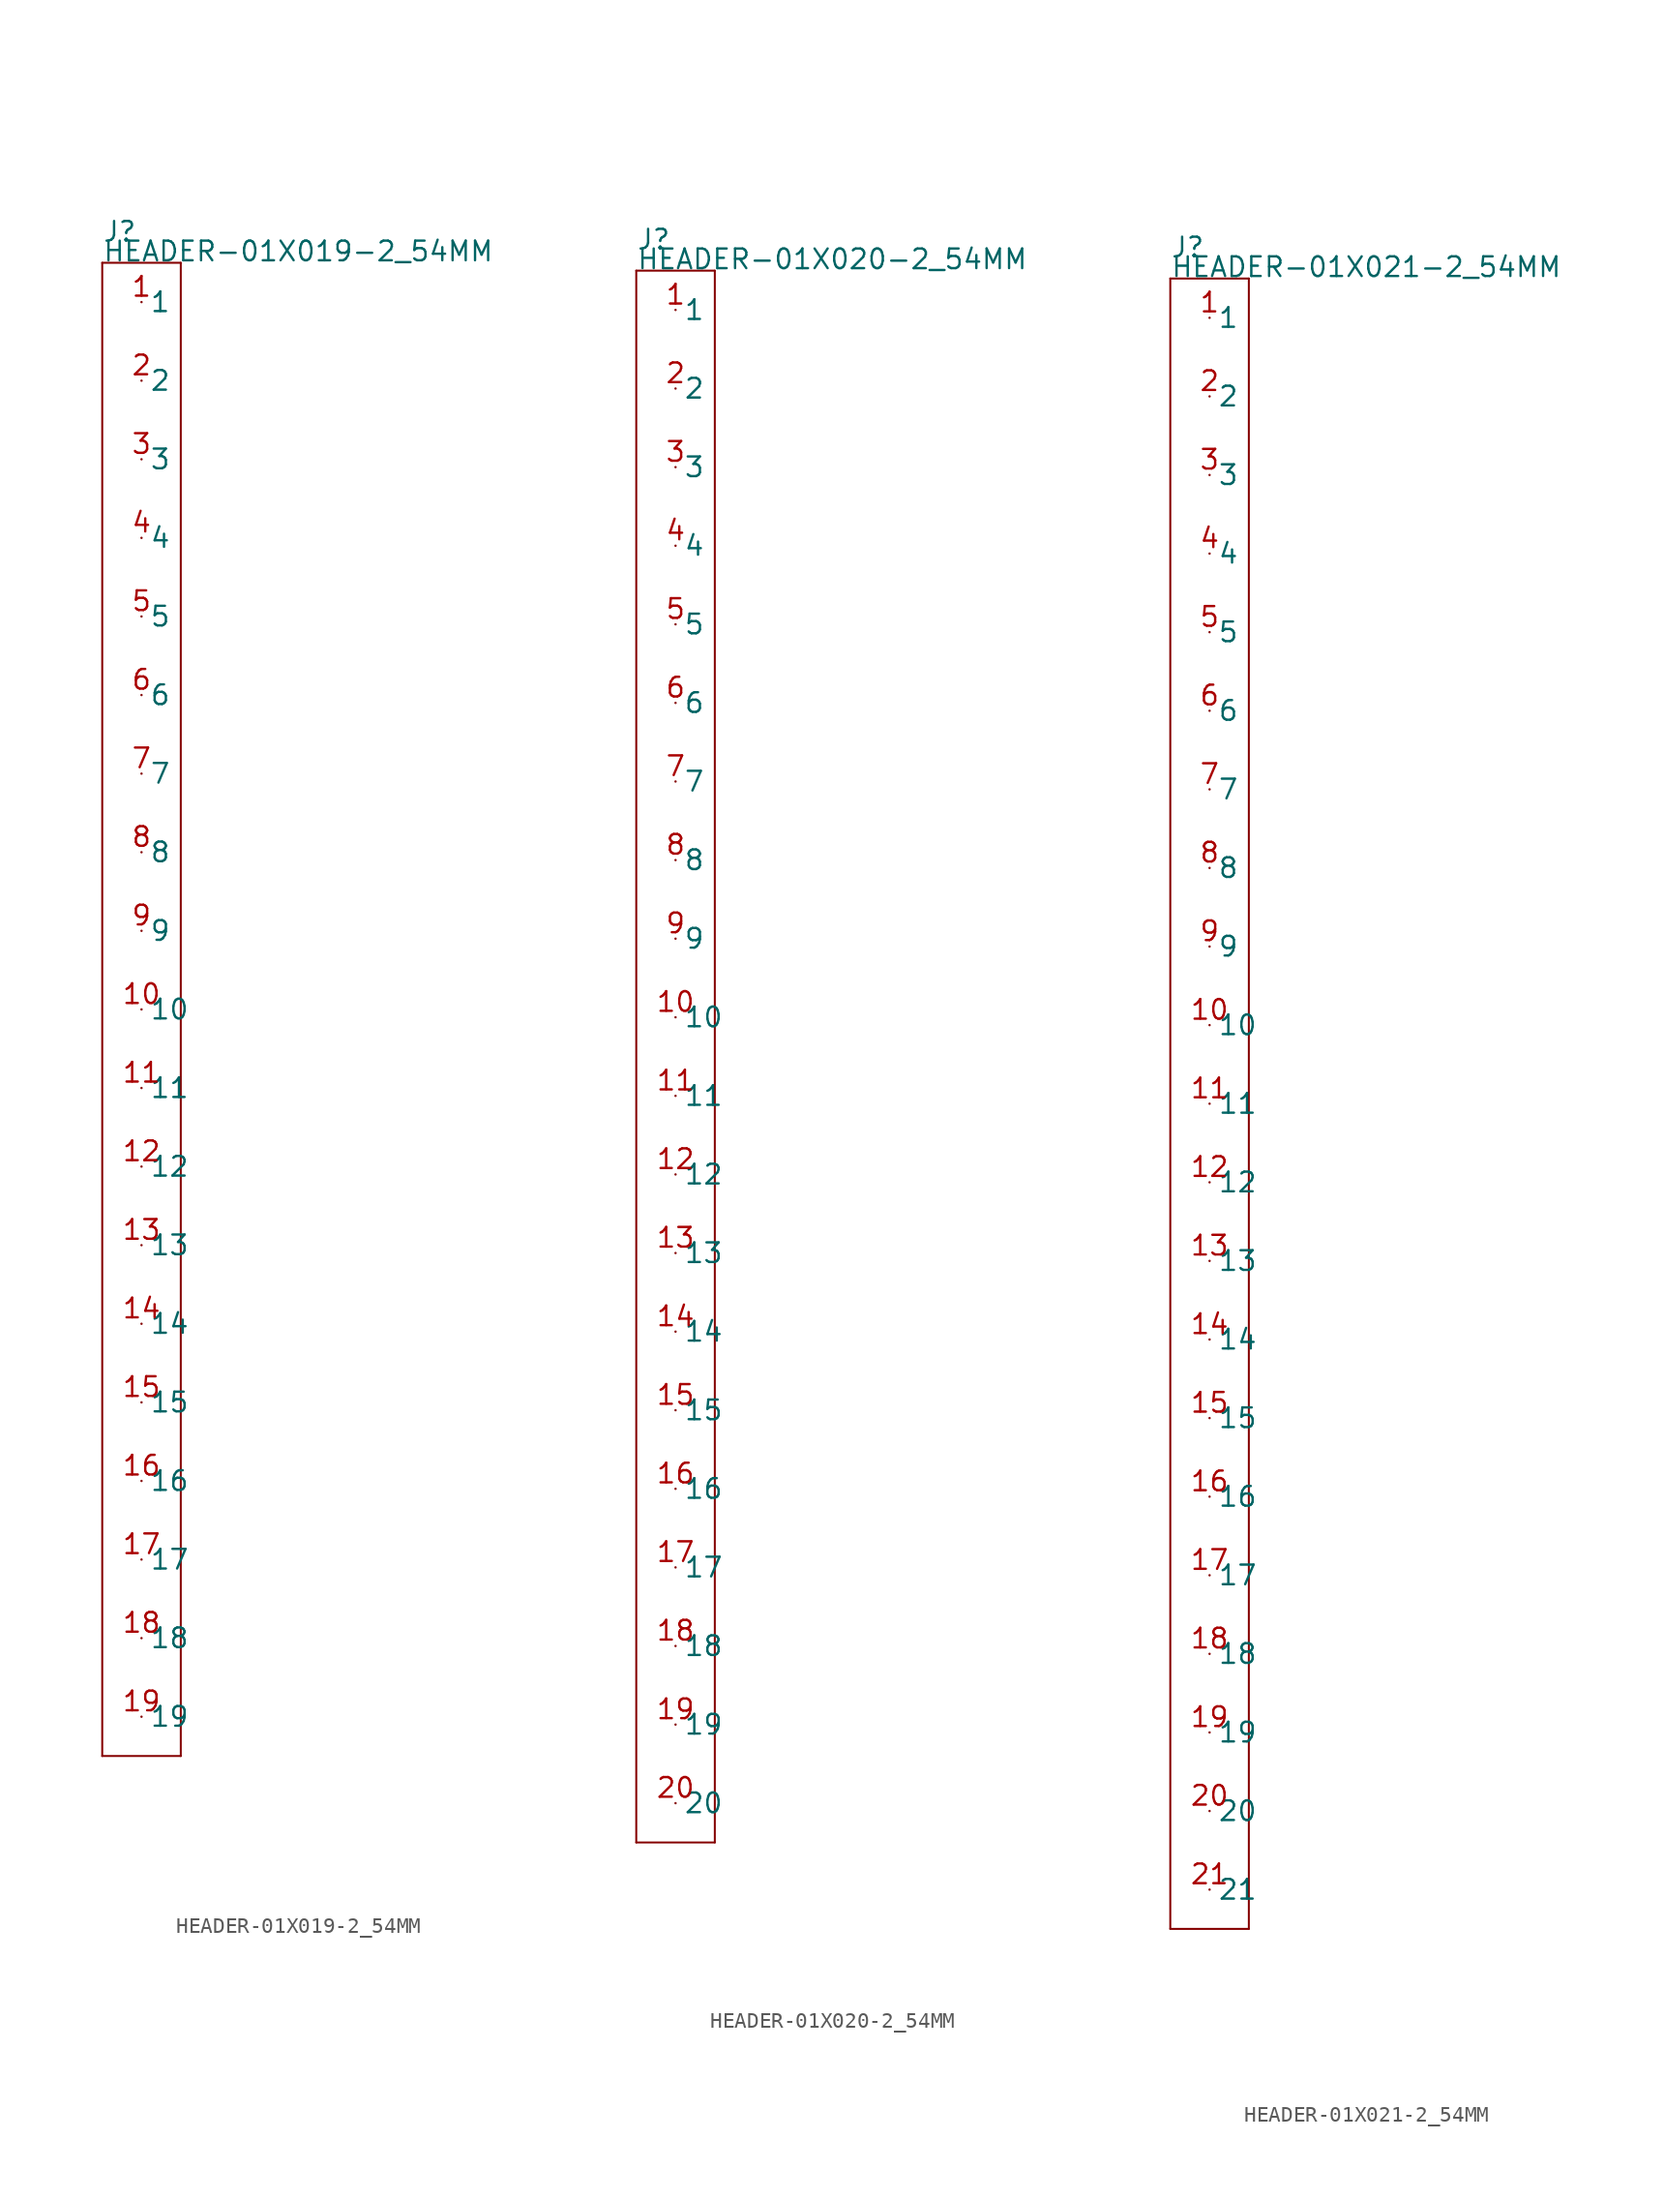
<source format=kicad_sym>
(kicad_symbol_lib
  (version 20211014)
  (generator kicad_symbol_editor)
  (symbol "HEADER-01X019-2_54MM"
    (pin_names)
    (property "Reference" "J"
      (at -2.54 49.53 0)
      (effects (font (size 1.27 1.27)) (justify left bottom)))
    (property "Value" "HEADER-01X019-2_54MM"
      (at -2.54 48.26 0)
      (effects (font (size 1.27 1.27)) (justify left bottom)))
    (property "Datasheet" ""
      (at 0 0 0))
    (property "ki_description" "Header 1x19  - Header Vertical 19POS 2.54MM Technical Specifications: Pitch: 0.1\" (2.54mm) "
      (at 0 0 0))
    (property "ki_fp_filters" "FlashPCB_Connectors:HEADER-THT-01X019-2_54MM FlashPCB_Connectors:HEADER-THT-LONG-01X019-2_54MM FlashPCB_Connectors:HEADER-THT-NOSILK-01X019-2_54MM FlashPCB_Connectors:HEADER-THT-LONG-NOSILK-01X019-2_54MM"
      (at 0 0 0))
    (symbol "HEADER-01X019-2_54MM_1_1"
      (polyline (pts (xy -2.54 48.26) (xy 2.54 48.26)) (stroke (width 0.127)) (fill (type none)))
      (polyline (pts (xy 2.54 48.26) (xy 2.54 -48.26)) (stroke (width 0.127)) (fill (type none)))
      (polyline (pts (xy 2.54 -48.26) (xy -2.54 -48.26)) (stroke (width 0.127)) (fill (type none)))
      (polyline (pts (xy -2.54 -48.26) (xy -2.54 48.26)) (stroke (width 0.127)) (fill (type none)))
      (pin bidirectional line (at 0 45.72 0) (length 0) (name "1" (effects (font (size 1.27 1.27)))) (number "1" (effects (font (size 1.27 1.27)))))
      (pin bidirectional line (at 0 40.64 0) (length 0) (name "2" (effects (font (size 1.27 1.27)))) (number "2" (effects (font (size 1.27 1.27)))))
      (pin bidirectional line (at 0 35.56 0) (length 0) (name "3" (effects (font (size 1.27 1.27)))) (number "3" (effects (font (size 1.27 1.27)))))
      (pin bidirectional line (at 0 30.48 0) (length 0) (name "4" (effects (font (size 1.27 1.27)))) (number "4" (effects (font (size 1.27 1.27)))))
      (pin bidirectional line (at 0 25.4 0) (length 0) (name "5" (effects (font (size 1.27 1.27)))) (number "5" (effects (font (size 1.27 1.27)))))
      (pin bidirectional line (at 0 20.32 0) (length 0) (name "6" (effects (font (size 1.27 1.27)))) (number "6" (effects (font (size 1.27 1.27)))))
      (pin bidirectional line (at 0 15.24 0) (length 0) (name "7" (effects (font (size 1.27 1.27)))) (number "7" (effects (font (size 1.27 1.27)))))
      (pin bidirectional line (at 0 10.16 0) (length 0) (name "8" (effects (font (size 1.27 1.27)))) (number "8" (effects (font (size 1.27 1.27)))))
      (pin bidirectional line (at 0 5.08 0) (length 0) (name "9" (effects (font (size 1.27 1.27)))) (number "9" (effects (font (size 1.27 1.27)))))
      (pin bidirectional line (at 0 0 0) (length 0) (name "10" (effects (font (size 1.27 1.27)))) (number "10" (effects (font (size 1.27 1.27)))))
      (pin bidirectional line (at 0 -5.08 0) (length 0) (name "11" (effects (font (size 1.27 1.27)))) (number "11" (effects (font (size 1.27 1.27)))))
      (pin bidirectional line (at 0 -10.16 0) (length 0) (name "12" (effects (font (size 1.27 1.27)))) (number "12" (effects (font (size 1.27 1.27)))))
      (pin bidirectional line (at 0 -15.24 0) (length 0) (name "13" (effects (font (size 1.27 1.27)))) (number "13" (effects (font (size 1.27 1.27)))))
      (pin bidirectional line (at 0 -20.32 0) (length 0) (name "14" (effects (font (size 1.27 1.27)))) (number "14" (effects (font (size 1.27 1.27)))))
      (pin bidirectional line (at 0 -25.4 0) (length 0) (name "15" (effects (font (size 1.27 1.27)))) (number "15" (effects (font (size 1.27 1.27)))))
      (pin bidirectional line (at 0 -30.48 0) (length 0) (name "16" (effects (font (size 1.27 1.27)))) (number "16" (effects (font (size 1.27 1.27)))))
      (pin bidirectional line (at 0 -35.56 0) (length 0) (name "17" (effects (font (size 1.27 1.27)))) (number "17" (effects (font (size 1.27 1.27)))))
      (pin bidirectional line (at 0 -40.64 0) (length 0) (name "18" (effects (font (size 1.27 1.27)))) (number "18" (effects (font (size 1.27 1.27)))))
      (pin bidirectional line (at 0 -45.72 0) (length 0) (name "19" (effects (font (size 1.27 1.27)))) (number "19" (effects (font (size 1.27 1.27)))))))
  (symbol "HEADER-01X020-2_54MM"
    (pin_names)
    (property "Reference" "J"
      (at -2.54 52.07 0)
      (effects (font (size 1.27 1.27)) (justify left bottom)))
    (property "Value" "HEADER-01X020-2_54MM"
      (at -2.54 50.8 0)
      (effects (font (size 1.27 1.27)) (justify left bottom)))
    (property "Datasheet" ""
      (at 0 0 0))
    (property "ki_description" "Header 1x20  - Header Vertical 20POS 2.54MM Technical Specifications: Pitch: 0.1\" (2.54mm) "
      (at 0 0 0))
    (property "ki_fp_filters" "FlashPCB_Connectors:HEADER-THT-01X020-2_54MM FlashPCB_Connectors:HEADER-THT-LONG-01X020-2_54MM FlashPCB_Connectors:HEADER-THT-NOSILK-01X020-2_54MM FlashPCB_Connectors:HEADER-THT-LONG-NOSILK-01X020-2_54MM"
      (at 0 0 0))
    (symbol "HEADER-01X020-2_54MM_1_1"
      (polyline (pts (xy -2.54 50.8) (xy 2.54 50.8)) (stroke (width 0.127)) (fill (type none)))
      (polyline (pts (xy 2.54 50.8) (xy 2.54 -50.8)) (stroke (width 0.127)) (fill (type none)))
      (polyline (pts (xy 2.54 -50.8) (xy -2.54 -50.8)) (stroke (width 0.127)) (fill (type none)))
      (polyline (pts (xy -2.54 -50.8) (xy -2.54 50.8)) (stroke (width 0.127)) (fill (type none)))
      (pin bidirectional line (at 0 48.26 0) (length 0) (name "1" (effects (font (size 1.27 1.27)))) (number "1" (effects (font (size 1.27 1.27)))))
      (pin bidirectional line (at 0 43.18 0) (length 0) (name "2" (effects (font (size 1.27 1.27)))) (number "2" (effects (font (size 1.27 1.27)))))
      (pin bidirectional line (at 0 38.1 0) (length 0) (name "3" (effects (font (size 1.27 1.27)))) (number "3" (effects (font (size 1.27 1.27)))))
      (pin bidirectional line (at 0 33.02 0) (length 0) (name "4" (effects (font (size 1.27 1.27)))) (number "4" (effects (font (size 1.27 1.27)))))
      (pin bidirectional line (at 0 27.94 0) (length 0) (name "5" (effects (font (size 1.27 1.27)))) (number "5" (effects (font (size 1.27 1.27)))))
      (pin bidirectional line (at 0 22.86 0) (length 0) (name "6" (effects (font (size 1.27 1.27)))) (number "6" (effects (font (size 1.27 1.27)))))
      (pin bidirectional line (at 0 17.78 0) (length 0) (name "7" (effects (font (size 1.27 1.27)))) (number "7" (effects (font (size 1.27 1.27)))))
      (pin bidirectional line (at 0 12.7 0) (length 0) (name "8" (effects (font (size 1.27 1.27)))) (number "8" (effects (font (size 1.27 1.27)))))
      (pin bidirectional line (at 0 7.62 0) (length 0) (name "9" (effects (font (size 1.27 1.27)))) (number "9" (effects (font (size 1.27 1.27)))))
      (pin bidirectional line (at 0 2.54 0) (length 0) (name "10" (effects (font (size 1.27 1.27)))) (number "10" (effects (font (size 1.27 1.27)))))
      (pin bidirectional line (at 0 -2.54 0) (length 0) (name "11" (effects (font (size 1.27 1.27)))) (number "11" (effects (font (size 1.27 1.27)))))
      (pin bidirectional line (at 0 -7.62 0) (length 0) (name "12" (effects (font (size 1.27 1.27)))) (number "12" (effects (font (size 1.27 1.27)))))
      (pin bidirectional line (at 0 -12.7 0) (length 0) (name "13" (effects (font (size 1.27 1.27)))) (number "13" (effects (font (size 1.27 1.27)))))
      (pin bidirectional line (at 0 -17.78 0) (length 0) (name "14" (effects (font (size 1.27 1.27)))) (number "14" (effects (font (size 1.27 1.27)))))
      (pin bidirectional line (at 0 -22.86 0) (length 0) (name "15" (effects (font (size 1.27 1.27)))) (number "15" (effects (font (size 1.27 1.27)))))
      (pin bidirectional line (at 0 -27.94 0) (length 0) (name "16" (effects (font (size 1.27 1.27)))) (number "16" (effects (font (size 1.27 1.27)))))
      (pin bidirectional line (at 0 -33.02 0) (length 0) (name "17" (effects (font (size 1.27 1.27)))) (number "17" (effects (font (size 1.27 1.27)))))
      (pin bidirectional line (at 0 -38.1 0) (length 0) (name "18" (effects (font (size 1.27 1.27)))) (number "18" (effects (font (size 1.27 1.27)))))
      (pin bidirectional line (at 0 -43.18 0) (length 0) (name "19" (effects (font (size 1.27 1.27)))) (number "19" (effects (font (size 1.27 1.27)))))
      (pin bidirectional line (at 0 -48.26 0) (length 0) (name "20" (effects (font (size 1.27 1.27)))) (number "20" (effects (font (size 1.27 1.27)))))))
  (symbol "HEADER-01X021-2_54MM"
    (pin_names)
    (property "Reference" "J"
      (at -2.54 54.61 0)
      (effects (font (size 1.27 1.27)) (justify left bottom)))
    (property "Value" "HEADER-01X021-2_54MM"
      (at -2.54 53.34 0)
      (effects (font (size 1.27 1.27)) (justify left bottom)))
    (property "Datasheet" ""
      (at 0 0 0))
    (property "ki_description" "Header 1x21  - Header Vertical 21POS 2.54MM Technical Specifications: Pitch: 0.1\" (2.54mm) "
      (at 0 0 0))
    (property "ki_fp_filters" "FlashPCB_Connectors:HEADER-THT-01X021-2_54MM FlashPCB_Connectors:HEADER-THT-LONG-01X021-2_54MM FlashPCB_Connectors:HEADER-THT-NOSILK-01X021-2_54MM FlashPCB_Connectors:HEADER-THT-LONG-NOSILK-01X021-2_54MM"
      (at 0 0 0))
    (symbol "HEADER-01X021-2_54MM_1_1"
      (polyline (pts (xy -2.54 53.34) (xy 2.54 53.34)) (stroke (width 0.127)) (fill (type none)))
      (polyline (pts (xy 2.54 53.34) (xy 2.54 -53.34)) (stroke (width 0.127)) (fill (type none)))
      (polyline (pts (xy 2.54 -53.34) (xy -2.54 -53.34)) (stroke (width 0.127)) (fill (type none)))
      (polyline (pts (xy -2.54 -53.34) (xy -2.54 53.34)) (stroke (width 0.127)) (fill (type none)))
      (pin bidirectional line (at 0 50.8 0) (length 0) (name "1" (effects (font (size 1.27 1.27)))) (number "1" (effects (font (size 1.27 1.27)))))
      (pin bidirectional line (at 0 45.72 0) (length 0) (name "2" (effects (font (size 1.27 1.27)))) (number "2" (effects (font (size 1.27 1.27)))))
      (pin bidirectional line (at 0 40.64 0) (length 0) (name "3" (effects (font (size 1.27 1.27)))) (number "3" (effects (font (size 1.27 1.27)))))
      (pin bidirectional line (at 0 35.56 0) (length 0) (name "4" (effects (font (size 1.27 1.27)))) (number "4" (effects (font (size 1.27 1.27)))))
      (pin bidirectional line (at 0 30.48 0) (length 0) (name "5" (effects (font (size 1.27 1.27)))) (number "5" (effects (font (size 1.27 1.27)))))
      (pin bidirectional line (at 0 25.4 0) (length 0) (name "6" (effects (font (size 1.27 1.27)))) (number "6" (effects (font (size 1.27 1.27)))))
      (pin bidirectional line (at 0 20.32 0) (length 0) (name "7" (effects (font (size 1.27 1.27)))) (number "7" (effects (font (size 1.27 1.27)))))
      (pin bidirectional line (at 0 15.24 0) (length 0) (name "8" (effects (font (size 1.27 1.27)))) (number "8" (effects (font (size 1.27 1.27)))))
      (pin bidirectional line (at 0 10.16 0) (length 0) (name "9" (effects (font (size 1.27 1.27)))) (number "9" (effects (font (size 1.27 1.27)))))
      (pin bidirectional line (at 0 5.08 0) (length 0) (name "10" (effects (font (size 1.27 1.27)))) (number "10" (effects (font (size 1.27 1.27)))))
      (pin bidirectional line (at 0 0 0) (length 0) (name "11" (effects (font (size 1.27 1.27)))) (number "11" (effects (font (size 1.27 1.27)))))
      (pin bidirectional line (at 0 -5.08 0) (length 0) (name "12" (effects (font (size 1.27 1.27)))) (number "12" (effects (font (size 1.27 1.27)))))
      (pin bidirectional line (at 0 -10.16 0) (length 0) (name "13" (effects (font (size 1.27 1.27)))) (number "13" (effects (font (size 1.27 1.27)))))
      (pin bidirectional line (at 0 -15.24 0) (length 0) (name "14" (effects (font (size 1.27 1.27)))) (number "14" (effects (font (size 1.27 1.27)))))
      (pin bidirectional line (at 0 -20.32 0) (length 0) (name "15" (effects (font (size 1.27 1.27)))) (number "15" (effects (font (size 1.27 1.27)))))
      (pin bidirectional line (at 0 -25.4 0) (length 0) (name "16" (effects (font (size 1.27 1.27)))) (number "16" (effects (font (size 1.27 1.27)))))
      (pin bidirectional line (at 0 -30.48 0) (length 0) (name "17" (effects (font (size 1.27 1.27)))) (number "17" (effects (font (size 1.27 1.27)))))
      (pin bidirectional line (at 0 -35.56 0) (length 0) (name "18" (effects (font (size 1.27 1.27)))) (number "18" (effects (font (size 1.27 1.27)))))
      (pin bidirectional line (at 0 -40.64 0) (length 0) (name "19" (effects (font (size 1.27 1.27)))) (number "19" (effects (font (size 1.27 1.27)))))
      (pin bidirectional line (at 0 -45.72 0) (length 0) (name "20" (effects (font (size 1.27 1.27)))) (number "20" (effects (font (size 1.27 1.27)))))
      (pin bidirectional line (at 0 -50.8 0) (length 0) (name "21" (effects (font (size 1.27 1.27)))) (number "21" (effects (font (size 1.27 1.27))))))))
</source>
